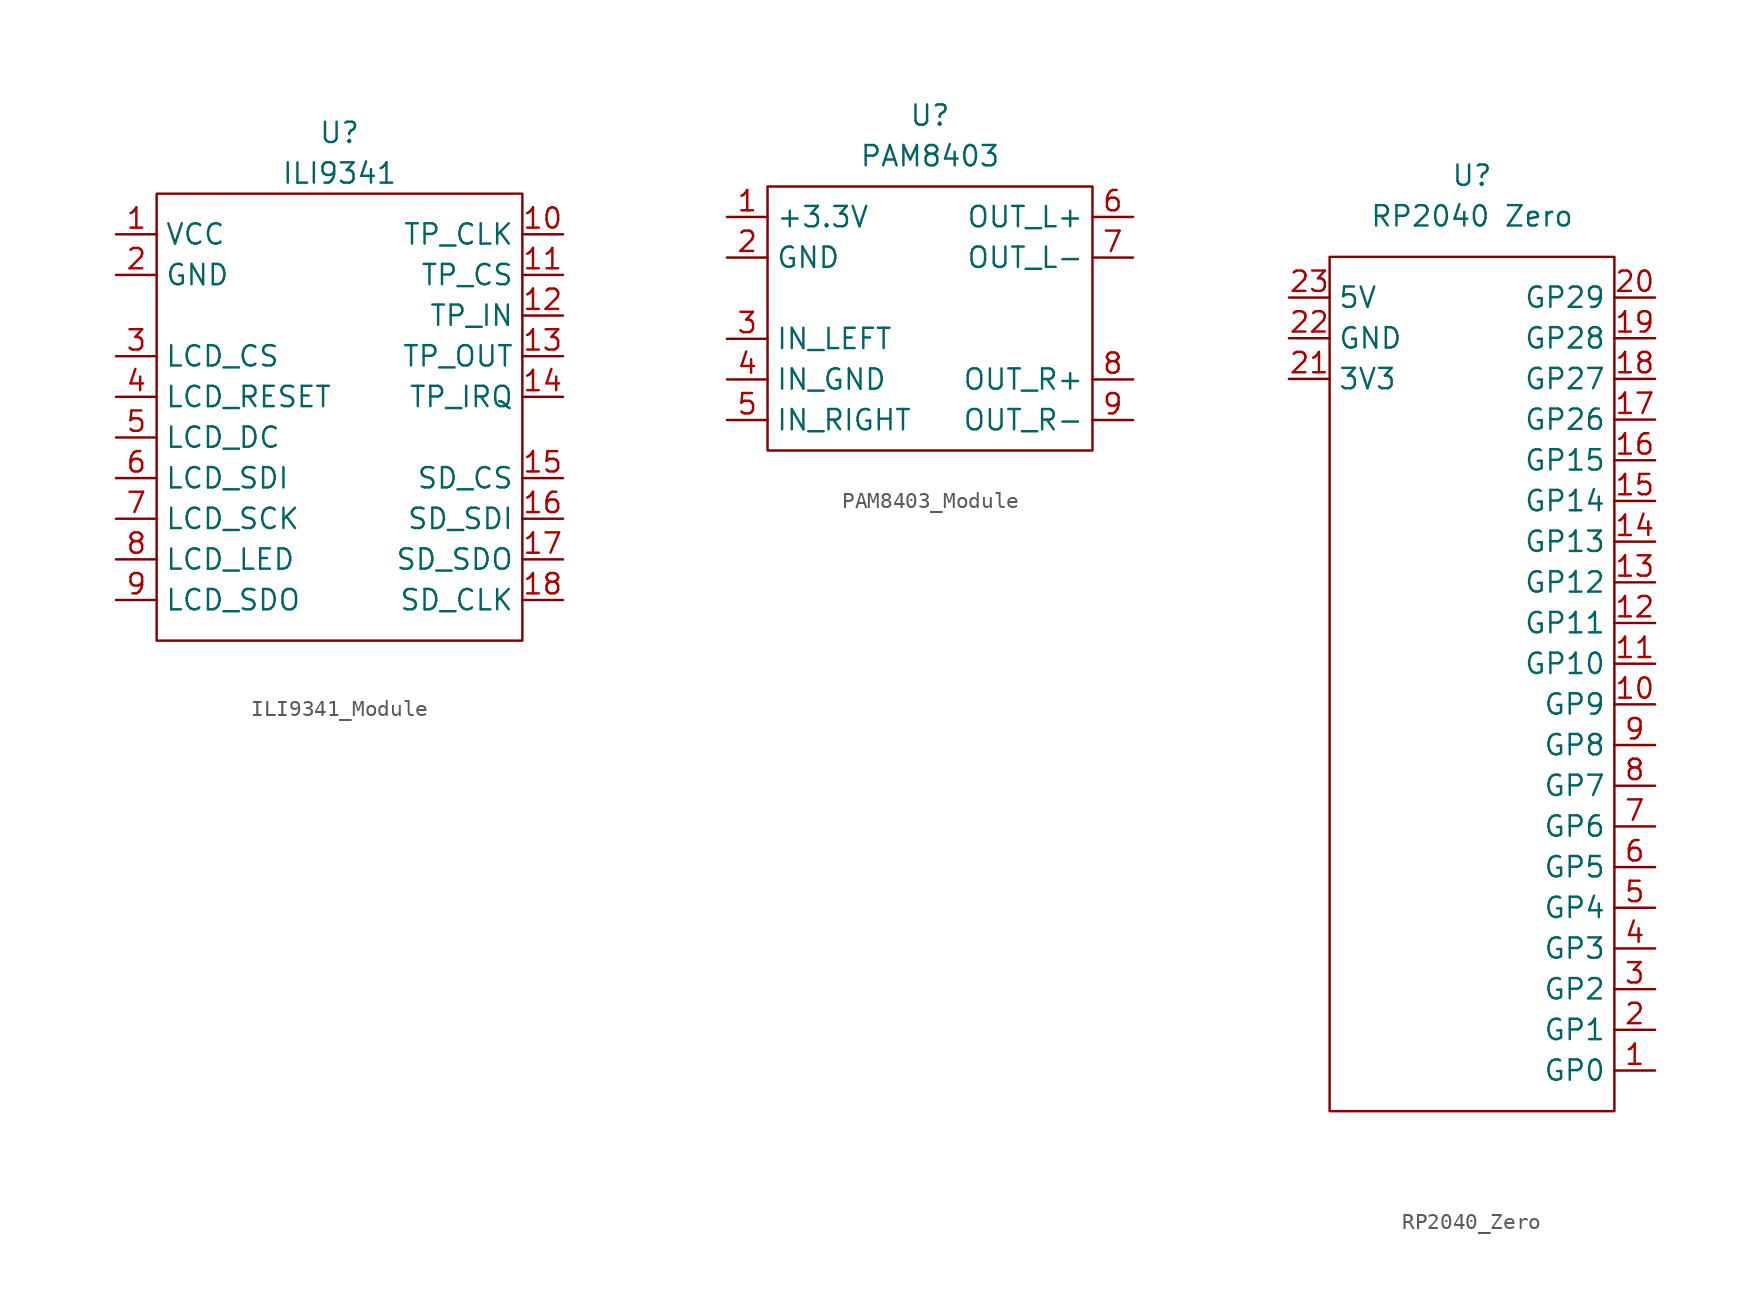
<source format=kicad_sym>
(kicad_symbol_lib
  (version 20241209)
  (generator "kicad_symbol_editor")
  (generator_version "9.0")
  (symbol "ILI9341_Module"
    (property "Reference" "U"
      (at 0 17.78 0)
      (effects (font (size 1.27 1.27))))
    (property "Value" "ILI9341"
      (at 0 15.24 0)
      (effects (font (size 1.27 1.27))))
    (symbol "ILI9341_Module_0_1"
      (rectangle (start -11.43 13.97) (end 11.43 -13.97) (stroke (width 0) (type default)) (fill (type none))))
    (symbol "ILI9341_Module_1_1"
      (pin power_in line (at -13.97 11.43 0) (length 2.54) (name "VCC" (effects (font (size 1.27 1.27)))) (number "1" (effects (font (size 1.27 1.27)))))
      (pin power_in line (at -13.97 8.89 0) (length 2.54) (name "GND" (effects (font (size 1.27 1.27)))) (number "2" (effects (font (size 1.27 1.27)))))
      (pin input line (at -13.97 3.81 0) (length 2.54) (name "LCD_CS" (effects (font (size 1.27 1.27)))) (number "3" (effects (font (size 1.27 1.27)))))
      (pin input line (at -13.97 1.27 0) (length 2.54) (name "LCD_RESET" (effects (font (size 1.27 1.27)))) (number "4" (effects (font (size 1.27 1.27)))))
      (pin input line (at -13.97 -1.27 0) (length 2.54) (name "LCD_DC" (effects (font (size 1.27 1.27)))) (number "5" (effects (font (size 1.27 1.27)))))
      (pin input line (at -13.97 -3.81 0) (length 2.54) (name "LCD_SDI" (effects (font (size 1.27 1.27)))) (number "6" (effects (font (size 1.27 1.27)))))
      (pin input line (at -13.97 -6.35 0) (length 2.54) (name "LCD_SCK" (effects (font (size 1.27 1.27)))) (number "7" (effects (font (size 1.27 1.27)))))
      (pin power_in line (at -13.97 -8.89 0) (length 2.54) (name "LCD_LED" (effects (font (size 1.27 1.27)))) (number "8" (effects (font (size 1.27 1.27)))))
      (pin output line (at -13.97 -11.43 0) (length 2.54) (name "LCD_SDO" (effects (font (size 1.27 1.27)))) (number "9" (effects (font (size 1.27 1.27)))))
      (pin input line (at 13.97 11.43 180) (length 2.54) (name "TP_CLK" (effects (font (size 1.27 1.27)))) (number "10" (effects (font (size 1.27 1.27)))))
      (pin input line (at 13.97 8.89 180) (length 2.54) (name "TP_CS" (effects (font (size 1.27 1.27)))) (number "11" (effects (font (size 1.27 1.27)))))
      (pin input line (at 13.97 6.35 180) (length 2.54) (name "TP_IN" (effects (font (size 1.27 1.27)))) (number "12" (effects (font (size 1.27 1.27)))))
      (pin output line (at 13.97 3.81 180) (length 2.54) (name "TP_OUT" (effects (font (size 1.27 1.27)))) (number "13" (effects (font (size 1.27 1.27)))))
      (pin output line (at 13.97 1.27 180) (length 2.54) (name "TP_IRQ" (effects (font (size 1.27 1.27)))) (number "14" (effects (font (size 1.27 1.27)))))
      (pin input line (at 13.97 -3.81 180) (length 2.54) (name "SD_CS" (effects (font (size 1.27 1.27)))) (number "15" (effects (font (size 1.27 1.27)))))
      (pin input line (at 13.97 -6.35 180) (length 2.54) (name "SD_SDI" (effects (font (size 1.27 1.27)))) (number "16" (effects (font (size 1.27 1.27)))))
      (pin output line (at 13.97 -8.89 180) (length 2.54) (name "SD_SDO" (effects (font (size 1.27 1.27)))) (number "17" (effects (font (size 1.27 1.27)))))
      (pin input line (at 13.97 -11.43 180) (length 2.54) (name "SD_CLK" (effects (font (size 1.27 1.27)))) (number "18" (effects (font (size 1.27 1.27)))))))
  (symbol "PAM8403_Module"
    (property "Reference" "U"
      (at 0 12.7 0)
      (effects (font (size 1.27 1.27))))
    (property "Value" "PAM8403"
      (at 0 10.16 0)
      (effects (font (size 1.27 1.27))))
    (symbol "PAM8403_Module_0_1"
      (rectangle (start -10.16 8.255) (end 10.16 -8.255) (stroke (width 0) (type default)) (fill (type none))))
    (symbol "PAM8403_Module_1_1"
      (pin power_in line (at -12.7 6.35 0) (length 2.54) (name "+3.3V" (effects (font (size 1.27 1.27)))) (number "1" (effects (font (size 1.27 1.27)))))
      (pin power_in line (at -12.7 3.81 0) (length 2.54) (name "GND" (effects (font (size 1.27 1.27)))) (number "2" (effects (font (size 1.27 1.27)))))
      (pin input line (at -12.7 -1.27 0) (length 2.54) (name "IN_LEFT" (effects (font (size 1.27 1.27)))) (number "3" (effects (font (size 1.27 1.27)))))
      (pin input line (at -12.7 -3.81 0) (length 2.54) (name "IN_GND" (effects (font (size 1.27 1.27)))) (number "4" (effects (font (size 1.27 1.27)))))
      (pin input line (at -12.7 -6.35 0) (length 2.54) (name "IN_RIGHT" (effects (font (size 1.27 1.27)))) (number "5" (effects (font (size 1.27 1.27)))))
      (pin output line (at 12.7 6.35 180) (length 2.54) (name "OUT_L+" (effects (font (size 1.27 1.27)))) (number "6" (effects (font (size 1.27 1.27)))))
      (pin output line (at 12.7 3.81 180) (length 2.54) (name "OUT_L-" (effects (font (size 1.27 1.27)))) (number "7" (effects (font (size 1.27 1.27)))))
      (pin output line (at 12.7 -3.81 180) (length 2.54) (name "OUT_R+" (effects (font (size 1.27 1.27)))) (number "8" (effects (font (size 1.27 1.27)))))
      (pin output line (at 12.7 -6.35 180) (length 2.54) (name "OUT_R-" (effects (font (size 1.27 1.27)))) (number "9" (effects (font (size 1.27 1.27)))))))
  (symbol "RP2040_Zero"
    (property "Reference" "U"
      (at 0 31.75 0)
      (effects (font (size 1.27 1.27))))
    (property "Value" "RP2040 Zero"
      (at 0 29.21 0)
      (effects (font (size 1.27 1.27))))
    (symbol "RP2040_Zero_0_1"
      (rectangle (start -8.89 26.67) (end 8.89 -26.67) (stroke (width 0) (type default)) (fill (type none))))
    (symbol "RP2040_Zero_1_1"
      (pin power_in line (at -11.43 24.13 0) (length 2.54) (name "5V" (effects (font (size 1.27 1.27)))) (number "23" (effects (font (size 1.27 1.27)))))
      (pin power_in line (at -11.43 21.59 0) (length 2.54) (name "GND" (effects (font (size 1.27 1.27)))) (number "22" (effects (font (size 1.27 1.27)))))
      (pin power_in line (at -11.43 19.05 0) (length 2.54) (name "3V3" (effects (font (size 1.27 1.27)))) (number "21" (effects (font (size 1.27 1.27)))))
      (pin bidirectional line (at 11.43 24.13 180) (length 2.54) (name "GP29" (effects (font (size 1.27 1.27)))) (number "20" (effects (font (size 1.27 1.27)))))
      (pin bidirectional line (at 11.43 21.59 180) (length 2.54) (name "GP28" (effects (font (size 1.27 1.27)))) (number "19" (effects (font (size 1.27 1.27)))))
      (pin bidirectional line (at 11.43 19.05 180) (length 2.54) (name "GP27" (effects (font (size 1.27 1.27)))) (number "18" (effects (font (size 1.27 1.27)))))
      (pin bidirectional line (at 11.43 16.51 180) (length 2.54) (name "GP26" (effects (font (size 1.27 1.27)))) (number "17" (effects (font (size 1.27 1.27)))))
      (pin bidirectional line (at 11.43 13.97 180) (length 2.54) (name "GP15" (effects (font (size 1.27 1.27)))) (number "16" (effects (font (size 1.27 1.27)))))
      (pin bidirectional line (at 11.43 11.43 180) (length 2.54) (name "GP14" (effects (font (size 1.27 1.27)))) (number "15" (effects (font (size 1.27 1.27)))))
      (pin bidirectional line (at 11.43 8.89 180) (length 2.54) (name "GP13" (effects (font (size 1.27 1.27)))) (number "14" (effects (font (size 1.27 1.27)))))
      (pin bidirectional line (at 11.43 6.35 180) (length 2.54) (name "GP12" (effects (font (size 1.27 1.27)))) (number "13" (effects (font (size 1.27 1.27)))))
      (pin bidirectional line (at 11.43 3.81 180) (length 2.54) (name "GP11" (effects (font (size 1.27 1.27)))) (number "12" (effects (font (size 1.27 1.27)))))
      (pin bidirectional line (at 11.43 1.27 180) (length 2.54) (name "GP10" (effects (font (size 1.27 1.27)))) (number "11" (effects (font (size 1.27 1.27)))))
      (pin bidirectional line (at 11.43 -1.27 180) (length 2.54) (name "GP9" (effects (font (size 1.27 1.27)))) (number "10" (effects (font (size 1.27 1.27)))))
      (pin bidirectional line (at 11.43 -3.81 180) (length 2.54) (name "GP8" (effects (font (size 1.27 1.27)))) (number "9" (effects (font (size 1.27 1.27)))))
      (pin bidirectional line (at 11.43 -6.35 180) (length 2.54) (name "GP7" (effects (font (size 1.27 1.27)))) (number "8" (effects (font (size 1.27 1.27)))))
      (pin bidirectional line (at 11.43 -8.89 180) (length 2.54) (name "GP6" (effects (font (size 1.27 1.27)))) (number "7" (effects (font (size 1.27 1.27)))))
      (pin bidirectional line (at 11.43 -11.43 180) (length 2.54) (name "GP5" (effects (font (size 1.27 1.27)))) (number "6" (effects (font (size 1.27 1.27)))))
      (pin bidirectional line (at 11.43 -13.97 180) (length 2.54) (name "GP4" (effects (font (size 1.27 1.27)))) (number "5" (effects (font (size 1.27 1.27)))))
      (pin bidirectional line (at 11.43 -16.51 180) (length 2.54) (name "GP3" (effects (font (size 1.27 1.27)))) (number "4" (effects (font (size 1.27 1.27)))))
      (pin bidirectional line (at 11.43 -19.05 180) (length 2.54) (name "GP2" (effects (font (size 1.27 1.27)))) (number "3" (effects (font (size 1.27 1.27)))))
      (pin bidirectional line (at 11.43 -21.59 180) (length 2.54) (name "GP1" (effects (font (size 1.27 1.27)))) (number "2" (effects (font (size 1.27 1.27)))))
      (pin bidirectional line (at 11.43 -24.13 180) (length 2.54) (name "GP0" (effects (font (size 1.27 1.27)))) (number "1" (effects (font (size 1.27 1.27))))))))
</source>
